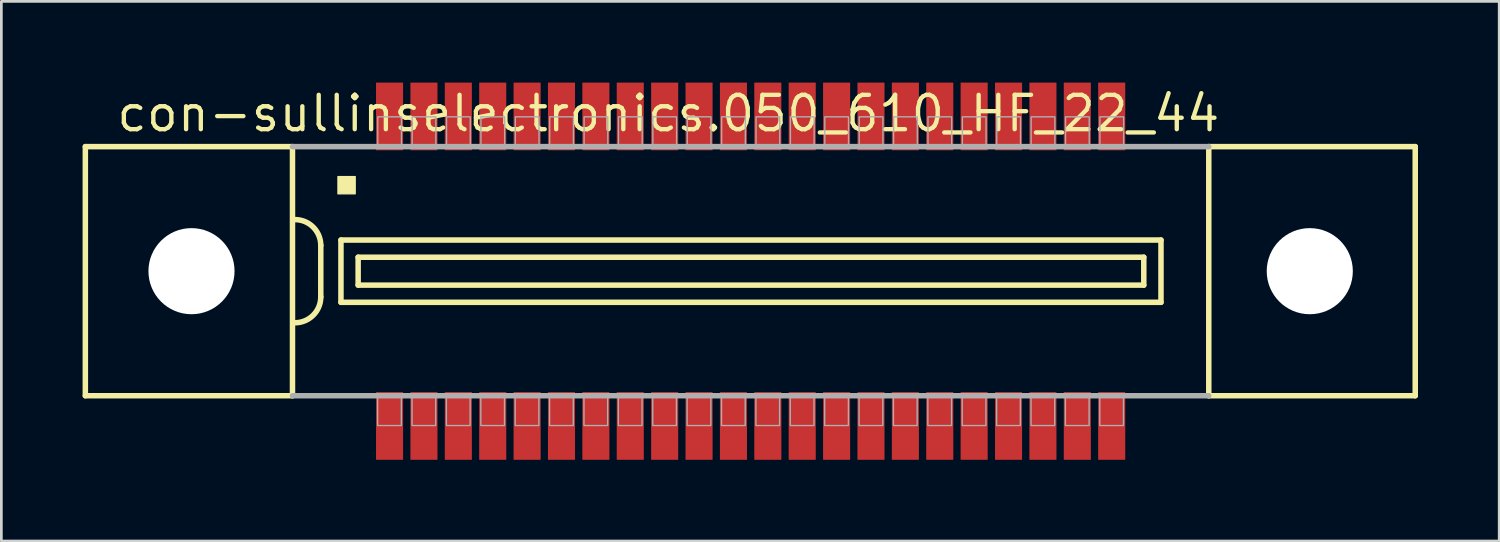
<source format=kicad_pcb>
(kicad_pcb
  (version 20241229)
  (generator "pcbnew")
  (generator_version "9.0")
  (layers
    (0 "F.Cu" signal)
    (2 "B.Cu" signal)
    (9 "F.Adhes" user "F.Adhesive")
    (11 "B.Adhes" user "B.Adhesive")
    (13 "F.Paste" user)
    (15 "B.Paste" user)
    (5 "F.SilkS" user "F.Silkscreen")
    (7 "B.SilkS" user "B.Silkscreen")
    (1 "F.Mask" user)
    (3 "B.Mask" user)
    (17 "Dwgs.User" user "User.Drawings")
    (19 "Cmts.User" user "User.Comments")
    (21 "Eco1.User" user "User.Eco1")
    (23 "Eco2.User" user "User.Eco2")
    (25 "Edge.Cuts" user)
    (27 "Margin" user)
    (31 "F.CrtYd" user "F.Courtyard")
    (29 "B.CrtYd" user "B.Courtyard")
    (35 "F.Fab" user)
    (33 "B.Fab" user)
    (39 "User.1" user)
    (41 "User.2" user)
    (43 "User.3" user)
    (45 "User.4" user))
  (footprint "con-sullinselectronics.050_610_HF_22_44"
    (layer "F.Cu")
    (at 24.672 6.965)
    (property "Reference" "con-sullinselectronics.050_610_HF_22_44" (at -23.495 -5.08 0) (layer "F.SilkS") (effects (font (size 1.27 1.27) (thickness 0.16)) (justify left bottom)))
    (attr smd)
    (fp_line (start -24.57 -4.6) (end -24.57 4.6) (stroke (width 0.203) (type default)) (layer "F.SilkS"))
    (fp_line (start -24.57 4.6) (end -16.92 4.6) (stroke (width 0.203) (type default)) (layer "F.SilkS"))
    (fp_line (start -16.92 -4.6) (end -24.57 -4.6) (stroke (width 0.203) (type default)) (layer "F.SilkS"))
    (fp_line (start -16.92 -4.6) (end -16.92 4.6) (stroke (width 0.203) (type default)) (layer "F.SilkS"))
    (fp_line (start -15.875 -0.953) (end -15.875 0.953) (stroke (width 0.203) (type default)) (layer "F.SilkS"))
    (fp_line (start -15.13 -1.15) (end -15.13 1.15) (stroke (width 0.203) (type default)) (layer "F.SilkS"))
    (fp_line (start -15.13 1.15) (end 15.155 1.15) (stroke (width 0.203) (type default)) (layer "F.SilkS"))
    (fp_line (start -14.495 -0.515) (end -14.495 0.515) (stroke (width 0.203) (type default)) (layer "F.SilkS"))
    (fp_line (start -14.495 0.515) (end 14.52 0.515) (stroke (width 0.203) (type default)) (layer "F.SilkS"))
    (fp_line (start 14.52 -0.515) (end -14.495 -0.515) (stroke (width 0.203) (type default)) (layer "F.SilkS"))
    (fp_line (start 14.52 0.515) (end 14.52 -0.515) (stroke (width 0.203) (type default)) (layer "F.SilkS"))
    (fp_line (start 15.155 -1.15) (end -15.13 -1.15) (stroke (width 0.203) (type default)) (layer "F.SilkS"))
    (fp_line (start 15.155 1.15) (end 15.155 -1.15) (stroke (width 0.203) (type default)) (layer "F.SilkS"))
    (fp_line (start 16.92 4.6) (end 16.92 -4.6) (stroke (width 0.203) (type default)) (layer "F.SilkS"))
    (fp_line (start 16.92 4.6) (end 24.545 4.6) (stroke (width 0.203) (type default)) (layer "F.SilkS"))
    (fp_line (start 24.545 -4.6) (end 16.92 -4.6) (stroke (width 0.203) (type default)) (layer "F.SilkS"))
    (fp_line (start 24.545 4.6) (end 24.545 -4.6) (stroke (width 0.203) (type default)) (layer "F.SilkS"))
    (fp_rect (start -15.24 -2.857) (end -14.605 -3.493) (stroke (width 0.05) (type default)) (fill yes) (layer "F.SilkS"))
    (fp_arc (start -16.8275 -1.905) (mid -16.153981 -1.626019) (end -15.875 -0.9525) (stroke (width 0.2032) (type default)) (layer "F.SilkS"))
    (fp_arc (start -15.875 0.9525) (mid -16.15401 1.62599) (end -16.8275 1.905) (stroke (width 0.2032) (type default)) (layer "F.SilkS"))
    (fp_line (start -16.92 4.6) (end 16.92 4.6) (stroke (width 0.203) (type default)) (layer "F.Fab"))
    (fp_line (start 16.92 -4.6) (end -16.92 -4.6) (stroke (width 0.203) (type default)) (layer "F.Fab"))
    (fp_rect (start -13.775 5.7) (end -12.9 4.65) (stroke (width 0.05) (type default)) (fill no) (layer "F.Fab"))
    (fp_rect (start -13.77 -4.65) (end -12.895 -5.7) (stroke (width 0.05) (type default)) (fill no) (layer "F.Fab"))
    (fp_rect (start -12.505 5.7) (end -11.63 4.65) (stroke (width 0.05) (type default)) (fill no) (layer "F.Fab"))
    (fp_rect (start -12.5 -4.65) (end -11.625 -5.7) (stroke (width 0.05) (type default)) (fill no) (layer "F.Fab"))
    (fp_rect (start -11.235 5.7) (end -10.36 4.65) (stroke (width 0.05) (type default)) (fill no) (layer "F.Fab"))
    (fp_rect (start -11.23 -4.65) (end -10.355 -5.7) (stroke (width 0.05) (type default)) (fill no) (layer "F.Fab"))
    (fp_rect (start -9.965 5.7) (end -9.09 4.65) (stroke (width 0.05) (type default)) (fill no) (layer "F.Fab"))
    (fp_rect (start -9.96 -4.65) (end -9.085 -5.7) (stroke (width 0.05) (type default)) (fill no) (layer "F.Fab"))
    (fp_rect (start -8.695 5.7) (end -7.82 4.65) (stroke (width 0.05) (type default)) (fill no) (layer "F.Fab"))
    (fp_rect (start -8.69 -4.65) (end -7.815 -5.7) (stroke (width 0.05) (type default)) (fill no) (layer "F.Fab"))
    (fp_rect (start -7.425 5.7) (end -6.55 4.65) (stroke (width 0.05) (type default)) (fill no) (layer "F.Fab"))
    (fp_rect (start -7.42 -4.65) (end -6.545 -5.7) (stroke (width 0.05) (type default)) (fill no) (layer "F.Fab"))
    (fp_rect (start -6.155 5.7) (end -5.28 4.65) (stroke (width 0.05) (type default)) (fill no) (layer "F.Fab"))
    (fp_rect (start -6.15 -4.65) (end -5.275 -5.7) (stroke (width 0.05) (type default)) (fill no) (layer "F.Fab"))
    (fp_rect (start -4.885 5.7) (end -4.01 4.65) (stroke (width 0.05) (type default)) (fill no) (layer "F.Fab"))
    (fp_rect (start -4.88 -4.65) (end -4.005 -5.7) (stroke (width 0.05) (type default)) (fill no) (layer "F.Fab"))
    (fp_rect (start -3.615 5.7) (end -2.74 4.65) (stroke (width 0.05) (type default)) (fill no) (layer "F.Fab"))
    (fp_rect (start -3.61 -4.65) (end -2.735 -5.7) (stroke (width 0.05) (type default)) (fill no) (layer "F.Fab"))
    (fp_rect (start -2.345 5.7) (end -1.47 4.65) (stroke (width 0.05) (type default)) (fill no) (layer "F.Fab"))
    (fp_rect (start -2.34 -4.65) (end -1.465 -5.7) (stroke (width 0.05) (type default)) (fill no) (layer "F.Fab"))
    (fp_rect (start -1.075 5.7) (end -0.2 4.65) (stroke (width 0.05) (type default)) (fill no) (layer "F.Fab"))
    (fp_rect (start -1.07 -4.65) (end -0.195 -5.7) (stroke (width 0.05) (type default)) (fill no) (layer "F.Fab"))
    (fp_rect (start 0.195 5.7) (end 1.07 4.65) (stroke (width 0.05) (type default)) (fill no) (layer "F.Fab"))
    (fp_rect (start 0.2 -4.65) (end 1.075 -5.7) (stroke (width 0.05) (type default)) (fill no) (layer "F.Fab"))
    (fp_rect (start 1.465 5.7) (end 2.34 4.65) (stroke (width 0.05) (type default)) (fill no) (layer "F.Fab"))
    (fp_rect (start 1.47 -4.65) (end 2.345 -5.7) (stroke (width 0.05) (type default)) (fill no) (layer "F.Fab"))
    (fp_rect (start 2.735 5.7) (end 3.61 4.65) (stroke (width 0.05) (type default)) (fill no) (layer "F.Fab"))
    (fp_rect (start 2.74 -4.65) (end 3.615 -5.7) (stroke (width 0.05) (type default)) (fill no) (layer "F.Fab"))
    (fp_rect (start 4.005 5.7) (end 4.88 4.65) (stroke (width 0.05) (type default)) (fill no) (layer "F.Fab"))
    (fp_rect (start 4.01 -4.65) (end 4.885 -5.7) (stroke (width 0.05) (type default)) (fill no) (layer "F.Fab"))
    (fp_rect (start 5.275 5.7) (end 6.15 4.65) (stroke (width 0.05) (type default)) (fill no) (layer "F.Fab"))
    (fp_rect (start 5.28 -4.65) (end 6.155 -5.7) (stroke (width 0.05) (type default)) (fill no) (layer "F.Fab"))
    (fp_rect (start 6.545 5.7) (end 7.42 4.65) (stroke (width 0.05) (type default)) (fill no) (layer "F.Fab"))
    (fp_rect (start 6.55 -4.65) (end 7.425 -5.7) (stroke (width 0.05) (type default)) (fill no) (layer "F.Fab"))
    (fp_rect (start 7.815 5.7) (end 8.69 4.65) (stroke (width 0.05) (type default)) (fill no) (layer "F.Fab"))
    (fp_rect (start 7.82 -4.65) (end 8.695 -5.7) (stroke (width 0.05) (type default)) (fill no) (layer "F.Fab"))
    (fp_rect (start 9.085 5.7) (end 9.96 4.65) (stroke (width 0.05) (type default)) (fill no) (layer "F.Fab"))
    (fp_rect (start 9.09 -4.65) (end 9.965 -5.7) (stroke (width 0.05) (type default)) (fill no) (layer "F.Fab"))
    (fp_rect (start 10.355 5.7) (end 11.23 4.65) (stroke (width 0.05) (type default)) (fill no) (layer "F.Fab"))
    (fp_rect (start 10.36 -4.65) (end 11.235 -5.7) (stroke (width 0.05) (type default)) (fill no) (layer "F.Fab"))
    (fp_rect (start 11.625 5.7) (end 12.5 4.65) (stroke (width 0.05) (type default)) (fill no) (layer "F.Fab"))
    (fp_rect (start 11.63 -4.65) (end 12.505 -5.7) (stroke (width 0.05) (type default)) (fill no) (layer "F.Fab"))
    (fp_rect (start 12.895 5.7) (end 13.77 4.65) (stroke (width 0.05) (type default)) (fill no) (layer "F.Fab"))
    (fp_rect (start 12.9 -4.65) (end 13.775 -5.7) (stroke (width 0.05) (type default)) (fill no) (layer "F.Fab"))
    (pad "" np_thru_hole circle (at -20.65 0) (size 3.18 3.18) (drill 3.18) (layers "*.Cu" "*.Mask"))
    (pad "" np_thru_hole circle (at 20.65 0) (size 3.18 3.18) (drill 3.18) (layers "*.Cu" "*.Mask"))
    (pad "1" smd roundrect (at -13.335 -5.715) (size 1 2.5) (layers "F.Cu" "F.Mask" "F.Paste") (roundrect_rratio 0.01))
    (pad "2" smd roundrect (at -12.065 -5.715) (size 1 2.5) (layers "F.Cu" "F.Mask" "F.Paste") (roundrect_rratio 0.01))
    (pad "3" smd roundrect (at -10.795 -5.715) (size 1 2.5) (layers "F.Cu" "F.Mask" "F.Paste") (roundrect_rratio 0.01))
    (pad "4" smd roundrect (at -9.525 -5.715) (size 1 2.5) (layers "F.Cu" "F.Mask" "F.Paste") (roundrect_rratio 0.01))
    (pad "5" smd roundrect (at -8.255 -5.715) (size 1 2.5) (layers "F.Cu" "F.Mask" "F.Paste") (roundrect_rratio 0.01))
    (pad "6" smd roundrect (at -6.985 -5.715) (size 1 2.5) (layers "F.Cu" "F.Mask" "F.Paste") (roundrect_rratio 0.01))
    (pad "7" smd roundrect (at -5.715 -5.715) (size 1 2.5) (layers "F.Cu" "F.Mask" "F.Paste") (roundrect_rratio 0.01))
    (pad "8" smd roundrect (at -4.445 -5.715) (size 1 2.5) (layers "F.Cu" "F.Mask" "F.Paste") (roundrect_rratio 0.01))
    (pad "9" smd roundrect (at -3.175 -5.715) (size 1 2.5) (layers "F.Cu" "F.Mask" "F.Paste") (roundrect_rratio 0.01))
    (pad "10" smd roundrect (at -1.905 -5.715) (size 1 2.5) (layers "F.Cu" "F.Mask" "F.Paste") (roundrect_rratio 0.01))
    (pad "11" smd roundrect (at -0.635 -5.715 180) (size 1 2.5) (layers "F.Cu" "F.Mask" "F.Paste") (roundrect_rratio 0.01))
    (pad "12" smd roundrect (at 0.635 -5.715 180) (size 1 2.5) (layers "F.Cu" "F.Mask" "F.Paste") (roundrect_rratio 0.01))
    (pad "13" smd roundrect (at 1.905 -5.715 180) (size 1 2.5) (layers "F.Cu" "F.Mask" "F.Paste") (roundrect_rratio 0.01))
    (pad "14" smd roundrect (at 3.175 -5.715 180) (size 1 2.5) (layers "F.Cu" "F.Mask" "F.Paste") (roundrect_rratio 0.01))
    (pad "15" smd roundrect (at 4.445 -5.715 180) (size 1 2.5) (layers "F.Cu" "F.Mask" "F.Paste") (roundrect_rratio 0.01))
    (pad "16" smd roundrect (at 5.715 -5.715 180) (size 1 2.5) (layers "F.Cu" "F.Mask" "F.Paste") (roundrect_rratio 0.01))
    (pad "17" smd roundrect (at 6.985 -5.715 180) (size 1 2.5) (layers "F.Cu" "F.Mask" "F.Paste") (roundrect_rratio 0.01))
    (pad "18" smd roundrect (at 8.255 -5.715 180) (size 1 2.5) (layers "F.Cu" "F.Mask" "F.Paste") (roundrect_rratio 0.01))
    (pad "19" smd roundrect (at 9.525 -5.715 180) (size 1 2.5) (layers "F.Cu" "F.Mask" "F.Paste") (roundrect_rratio 0.01))
    (pad "20" smd roundrect (at 10.795 -5.715 180) (size 1 2.5) (layers "F.Cu" "F.Mask" "F.Paste") (roundrect_rratio 0.01))
    (pad "21" smd roundrect (at 12.065 -5.715 180) (size 1 2.5) (layers "F.Cu" "F.Mask" "F.Paste") (roundrect_rratio 0.01))
    (pad "22" smd roundrect (at 13.335 -5.715 180) (size 1 2.5) (layers "F.Cu" "F.Mask" "F.Paste") (roundrect_rratio 0.01))
    (pad "23" smd roundrect (at -13.335 5.715) (size 1 2.5) (layers "F.Cu" "F.Mask" "F.Paste") (roundrect_rratio 0.01))
    (pad "24" smd roundrect (at -12.065 5.715) (size 1 2.5) (layers "F.Cu" "F.Mask" "F.Paste") (roundrect_rratio 0.01))
    (pad "25" smd roundrect (at -10.795 5.715) (size 1 2.5) (layers "F.Cu" "F.Mask" "F.Paste") (roundrect_rratio 0.01))
    (pad "26" smd roundrect (at -9.525 5.715) (size 1 2.5) (layers "F.Cu" "F.Mask" "F.Paste") (roundrect_rratio 0.01))
    (pad "27" smd roundrect (at -8.255 5.715) (size 1 2.5) (layers "F.Cu" "F.Mask" "F.Paste") (roundrect_rratio 0.01))
    (pad "28" smd roundrect (at -6.985 5.715) (size 1 2.5) (layers "F.Cu" "F.Mask" "F.Paste") (roundrect_rratio 0.01))
    (pad "29" smd roundrect (at -5.715 5.715) (size 1 2.5) (layers "F.Cu" "F.Mask" "F.Paste") (roundrect_rratio 0.01))
    (pad "30" smd roundrect (at -4.445 5.715) (size 1 2.5) (layers "F.Cu" "F.Mask" "F.Paste") (roundrect_rratio 0.01))
    (pad "31" smd roundrect (at -3.175 5.715) (size 1 2.5) (layers "F.Cu" "F.Mask" "F.Paste") (roundrect_rratio 0.01))
    (pad "32" smd roundrect (at -1.905 5.715) (size 1 2.5) (layers "F.Cu" "F.Mask" "F.Paste") (roundrect_rratio 0.01))
    (pad "33" smd roundrect (at -0.635 5.715) (size 1 2.5) (layers "F.Cu" "F.Mask" "F.Paste") (roundrect_rratio 0.01))
    (pad "34" smd roundrect (at 0.635 5.715) (size 1 2.5) (layers "F.Cu" "F.Mask" "F.Paste") (roundrect_rratio 0.01))
    (pad "35" smd roundrect (at 1.905 5.715) (size 1 2.5) (layers "F.Cu" "F.Mask" "F.Paste") (roundrect_rratio 0.01))
    (pad "36" smd roundrect (at 3.175 5.715) (size 1 2.5) (layers "F.Cu" "F.Mask" "F.Paste") (roundrect_rratio 0.01))
    (pad "37" smd roundrect (at 4.445 5.715) (size 1 2.5) (layers "F.Cu" "F.Mask" "F.Paste") (roundrect_rratio 0.01))
    (pad "38" smd roundrect (at 5.715 5.715) (size 1 2.5) (layers "F.Cu" "F.Mask" "F.Paste") (roundrect_rratio 0.01))
    (pad "39" smd roundrect (at 6.985 5.715) (size 1 2.5) (layers "F.Cu" "F.Mask" "F.Paste") (roundrect_rratio 0.01))
    (pad "40" smd roundrect (at 8.255 5.715) (size 1 2.5) (layers "F.Cu" "F.Mask" "F.Paste") (roundrect_rratio 0.01))
    (pad "41" smd roundrect (at 9.525 5.715) (size 1 2.5) (layers "F.Cu" "F.Mask" "F.Paste") (roundrect_rratio 0.01))
    (pad "42" smd roundrect (at 10.795 5.715) (size 1 2.5) (layers "F.Cu" "F.Mask" "F.Paste") (roundrect_rratio 0.01))
    (pad "43" smd roundrect (at 12.065 5.715) (size 1 2.5) (layers "F.Cu" "F.Mask" "F.Paste") (roundrect_rratio 0.01))
    (pad "44" smd roundrect (at 13.335 5.715) (size 1 2.5) (layers "F.Cu" "F.Mask" "F.Paste") (roundrect_rratio 0.01)))
  (gr_rect
    (start -3 -3)
    (end 52.318 16.93)
    (stroke (width 0.1) (type default))
    (fill no)
    (layer "Edge.Cuts")))
</source>
